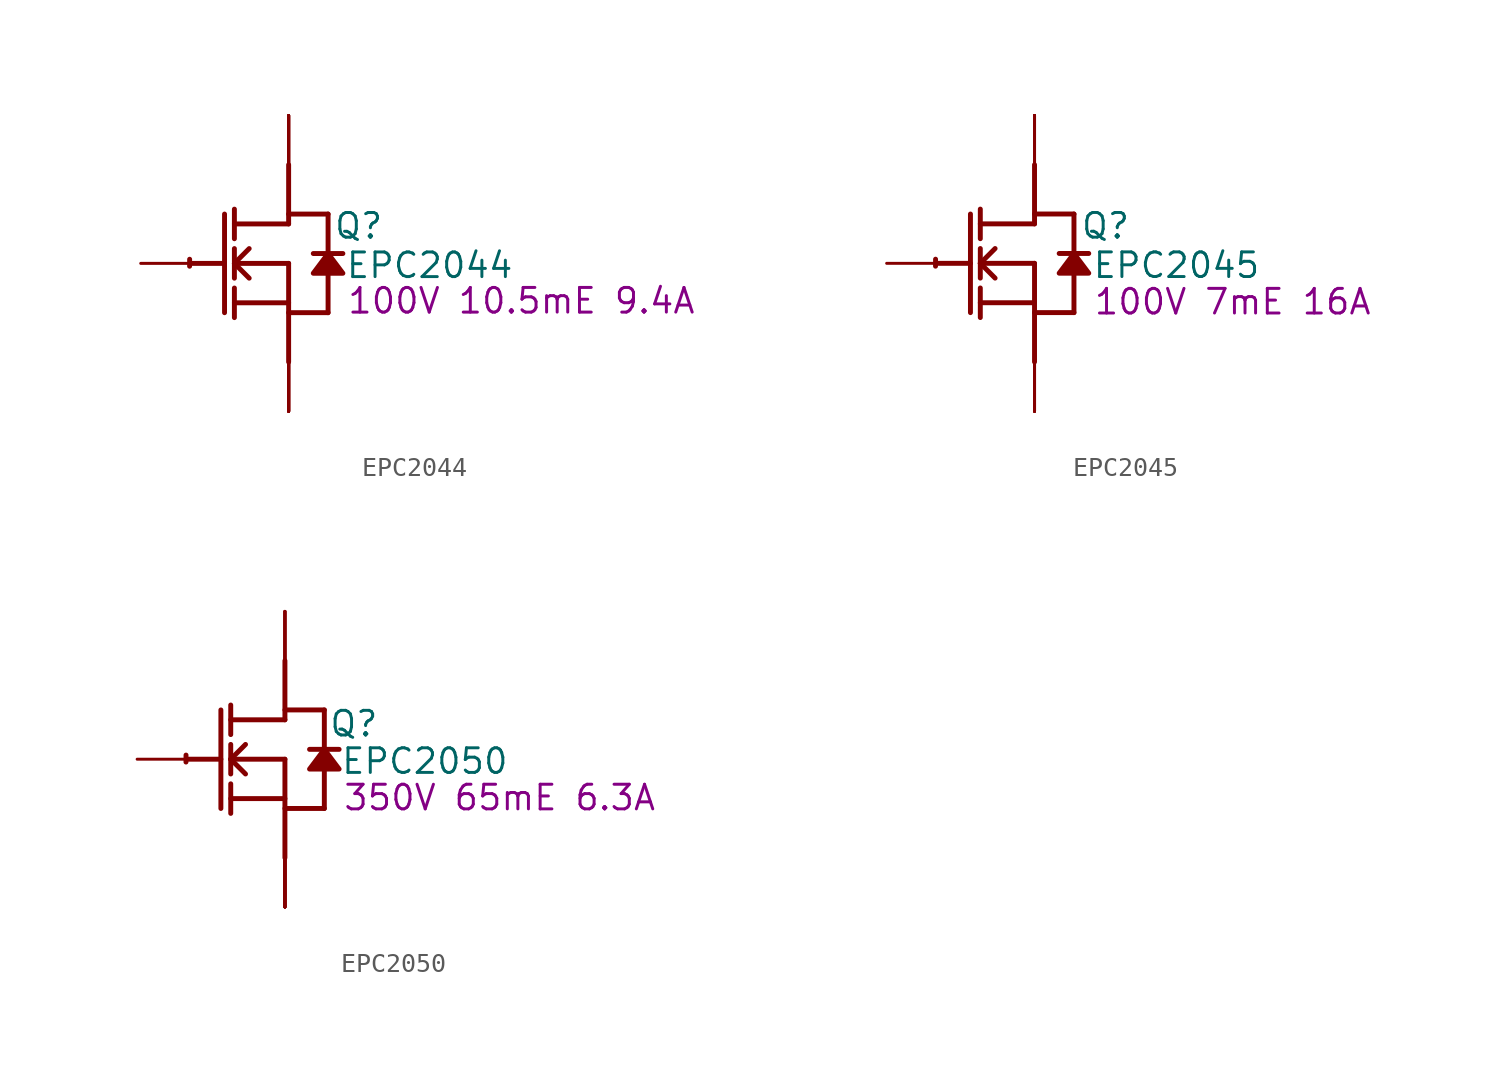
<source format=kicad_sym>
(kicad_symbol_lib
  (version 20241209)
  (generator "kicad_symbol_editor")
  (generator_version "9.0")
  (symbol "EPC2044"
    (property "Reference" "Q"
      (at 3.607 1.93 0)
      (effects (font (size 1.27 1.27))))
    (property "Value" "EPC2044"
      (at 7.264 -0.102 0)
      (effects (font (size 1.27 1.27))))
    (property "Description" "100V 10.5mE 9.4A"
      (at 11.989 -1.93 0)
      (effects (font (size 1.27 1.27))))
    (symbol "EPC2044_1_0"
      (polyline (pts (xy -5.08 0) (xy -3.302 0)) (stroke (width 0.254) (type solid)) (fill (type none)))
      (polyline (pts (xy -3.302 2.54) (xy -3.302 -2.54)) (stroke (width 0.254) (type solid)) (fill (type none)))
      (polyline (pts (xy -2.794 1.27) (xy -2.794 2.794)) (stroke (width 0.254) (type solid)) (fill (type none)))
      (polyline (pts (xy -2.794 0) (xy -2.032 0.762)) (stroke (width 0.254) (type solid)) (fill (type none)))
      (polyline (pts (xy -2.794 0) (xy 0 0)) (stroke (width 0.254) (type solid)) (fill (type none)))
      (polyline (pts (xy -2.794 -0.762) (xy -2.794 0.762)) (stroke (width 0.254) (type solid)) (fill (type none)))
      (polyline (pts (xy -2.794 -2.032) (xy 0 -2.032)) (stroke (width 0.254) (type solid)) (fill (type none)))
      (polyline (pts (xy -2.794 -2.794) (xy -2.794 -1.27)) (stroke (width 0.254) (type solid)) (fill (type none)))
      (polyline (pts (xy -2.032 -0.762) (xy -2.794 0)) (stroke (width 0.254) (type solid)) (fill (type none)))
      (polyline (pts (xy 0 2.54) (xy 2.032 2.54)) (stroke (width 0.254) (type solid)) (fill (type none)))
      (polyline (pts (xy 0 2.032) (xy -2.794 2.032)) (stroke (width 0.254) (type solid)) (fill (type none)))
      (polyline (pts (xy 0 2.032) (xy 0 5.08)) (stroke (width 0.254) (type solid)) (fill (type none)))
      (polyline (pts (xy 0 0) (xy 0 -5.08)) (stroke (width 0.254) (type solid)) (fill (type none)))
      (polyline (pts (xy 0 -2.54) (xy 2.032 -2.54)) (stroke (width 0.254) (type solid)) (fill (type none)))
      (arc (start -5.1019 -0.1467) (mid -5.1039 0.0331) (end -5.0996 0.2128) (stroke (width 0.254) (type solid)) (fill (type none)))
      (polyline (pts (xy 2.032 2.54) (xy 2.032 0.508)) (stroke (width 0.254) (type solid)) (fill (type none)))
      (polyline (pts (xy 2.032 0.508) (xy 1.27 -0.508) (xy 2.794 -0.508) (xy 2.032 0.508)) (stroke (width 0.254) (type solid)) (fill (type outline)))
      (polyline (pts (xy 2.032 -0.508) (xy 2.032 -2.54)) (stroke (width 0.254) (type solid)) (fill (type none)))
      (polyline (pts (xy 2.794 0.508) (xy 1.27 0.508)) (stroke (width 0.254) (type solid)) (fill (type none)))
      (pin passive line (at -7.62 0 0) (length 2.54) (name "G" (effects (font (size 0 0)))) (number "A1" (effects (font (size 0 0)))))
      (pin open_collector line (at 0 7.62 270) (length 2.54) (name "D1" (effects (font (size 0 0)))) (number "A2" (effects (font (size 0 0)))))
      (pin open_collector line (at 0 7.62 270) (length 2.54) (name "D4" (effects (font (size 0 0)))) (number "A4" (effects (font (size 0 0)))))
      (pin open_collector line (at 0 7.62 270) (length 2.54) (name "D2" (effects (font (size 0 0)))) (number "B2" (effects (font (size 0 0)))))
      (pin open_collector line (at 0 7.62 270) (length 2.54) (name "D5" (effects (font (size 0 0)))) (number "B4" (effects (font (size 0 0)))))
      (pin open_collector line (at 0 7.62 270) (length 2.54) (name "D3" (effects (font (size 0 0)))) (number "C2" (effects (font (size 0 0)))))
      (pin open_collector line (at 0 7.62 270) (length 2.54) (name "D6" (effects (font (size 0 0)))) (number "C4" (effects (font (size 0 0)))))
      (pin open_emitter line (at 0 -7.62 90) (length 2.54) (name "S3" (effects (font (size 0 0)))) (number "A3" (effects (font (size 0 0)))))
      (pin open_emitter line (at 0 -7.62 90) (length 2.54) (name "S6" (effects (font (size 0 0)))) (number "A5" (effects (font (size 0 0)))))
      (pin open_emitter line (at 0 -7.62 90) (length 2.54) (name "S1" (effects (font (size 0 0)))) (number "B1" (effects (font (size 0 0)))))
      (pin open_emitter line (at 0 -7.62 90) (length 2.54) (name "S4" (effects (font (size 0 0)))) (number "B3" (effects (font (size 0 0)))))
      (pin open_emitter line (at 0 -7.62 90) (length 2.54) (name "S7" (effects (font (size 0 0)))) (number "B5" (effects (font (size 0 0)))))
      (pin open_emitter line (at 0 -7.62 90) (length 2.54) (name "S2" (effects (font (size 0 0)))) (number "C1" (effects (font (size 0 0)))))
      (pin open_emitter line (at 0 -7.62 90) (length 2.54) (name "S5" (effects (font (size 0 0)))) (number "C3" (effects (font (size 0 0)))))
      (pin open_emitter line (at 0 -7.62 90) (length 2.54) (name "S8" (effects (font (size 0 0)))) (number "C5" (effects (font (size 0 0)))))))
  (symbol "EPC2045"
    (property "Reference" "Q"
      (at 3.658 1.93 0)
      (effects (font (size 1.27 1.27))))
    (property "Value" "EPC2045"
      (at 7.315 -0.102 0)
      (effects (font (size 1.27 1.27))))
    (property "Description" "100V 7mE 16A"
      (at 10.211 -1.981 0)
      (effects (font (size 1.27 1.27))))
    (symbol "EPC2045_1_0"
      (polyline (pts (xy -5.08 0) (xy -3.302 0)) (stroke (width 0.254) (type solid)) (fill (type none)))
      (polyline (pts (xy -3.302 2.54) (xy -3.302 -2.54)) (stroke (width 0.254) (type solid)) (fill (type none)))
      (polyline (pts (xy -2.794 1.27) (xy -2.794 2.794)) (stroke (width 0.254) (type solid)) (fill (type none)))
      (polyline (pts (xy -2.794 0) (xy -2.032 0.762)) (stroke (width 0.254) (type solid)) (fill (type none)))
      (polyline (pts (xy -2.794 0) (xy 0 0)) (stroke (width 0.254) (type solid)) (fill (type none)))
      (polyline (pts (xy -2.794 -0.762) (xy -2.794 0.762)) (stroke (width 0.254) (type solid)) (fill (type none)))
      (polyline (pts (xy -2.794 -2.032) (xy 0 -2.032)) (stroke (width 0.254) (type solid)) (fill (type none)))
      (polyline (pts (xy -2.794 -2.794) (xy -2.794 -1.27)) (stroke (width 0.254) (type solid)) (fill (type none)))
      (polyline (pts (xy -2.032 -0.762) (xy -2.794 0)) (stroke (width 0.254) (type solid)) (fill (type none)))
      (polyline (pts (xy 0 2.54) (xy 2.032 2.54)) (stroke (width 0.254) (type solid)) (fill (type none)))
      (polyline (pts (xy 0 2.032) (xy -2.794 2.032)) (stroke (width 0.254) (type solid)) (fill (type none)))
      (polyline (pts (xy 0 2.032) (xy 0 5.08)) (stroke (width 0.254) (type solid)) (fill (type none)))
      (polyline (pts (xy 0 0) (xy 0 -5.08)) (stroke (width 0.254) (type solid)) (fill (type none)))
      (polyline (pts (xy 0 -2.54) (xy 2.032 -2.54)) (stroke (width 0.254) (type solid)) (fill (type none)))
      (arc (start -5.1019 -0.1467) (mid -5.1039 0.0331) (end -5.0996 0.2128) (stroke (width 0.254) (type solid)) (fill (type none)))
      (polyline (pts (xy 2.032 2.54) (xy 2.032 0.508)) (stroke (width 0.254) (type solid)) (fill (type none)))
      (polyline (pts (xy 2.032 0.508) (xy 1.27 -0.508) (xy 2.794 -0.508) (xy 2.032 0.508)) (stroke (width 0.254) (type solid)) (fill (type outline)))
      (polyline (pts (xy 2.032 -0.508) (xy 2.032 -2.54)) (stroke (width 0.254) (type solid)) (fill (type none)))
      (polyline (pts (xy 2.794 0.508) (xy 1.27 0.508)) (stroke (width 0.254) (type solid)) (fill (type none)))
      (pin passive line (at -7.62 0 0) (length 2.54) (name "G" (effects (font (size 0 0)))) (number "1" (effects (font (size 0 0)))))
      (pin open_collector line (at 0 7.62 270) (length 2.54) (name "D4" (effects (font (size 0 0)))) (number "10" (effects (font (size 0 0)))))
      (pin open_collector line (at 0 7.62 270) (length 2.54) (name "D5" (effects (font (size 0 0)))) (number "11" (effects (font (size 0 0)))))
      (pin open_collector line (at 0 7.62 270) (length 2.54) (name "D6" (effects (font (size 0 0)))) (number "12" (effects (font (size 0 0)))))
      (pin open_collector line (at 0 7.62 270) (length 2.54) (name "D1" (effects (font (size 0 0)))) (number "4" (effects (font (size 0 0)))))
      (pin open_collector line (at 0 7.62 270) (length 2.54) (name "D2" (effects (font (size 0 0)))) (number "5" (effects (font (size 0 0)))))
      (pin open_collector line (at 0 7.62 270) (length 2.54) (name "D3" (effects (font (size 0 0)))) (number "6" (effects (font (size 0 0)))))
      (pin open_emitter line (at 0 -7.62 90) (length 2.54) (name "S5" (effects (font (size 0 0)))) (number "13" (effects (font (size 0 0)))))
      (pin open_emitter line (at 0 -7.62 90) (length 2.54) (name "S6" (effects (font (size 0 0)))) (number "14" (effects (font (size 0 0)))))
      (pin open_emitter line (at 0 -7.62 90) (length 2.54) (name "S7" (effects (font (size 0 0)))) (number "15" (effects (font (size 0 0)))))
      (pin open_emitter line (at 0 -7.62 90) (length 2.54) (name "S1" (effects (font (size 0 0)))) (number "2" (effects (font (size 0 0)))))
      (pin open_emitter line (at 0 -7.62 90) (length 2.54) (name "S2" (effects (font (size 0 0)))) (number "3" (effects (font (size 0 0)))))
      (pin open_emitter line (at 0 -7.62 90) (length 2.54) (name "S3" (effects (font (size 0 0)))) (number "7" (effects (font (size 0 0)))))
      (pin open_emitter line (at 0 -7.62 90) (length 2.54) (name "Sub" (effects (font (size 0 0)))) (number "8" (effects (font (size 0 0)))))
      (pin open_emitter line (at 0 -7.62 90) (length 2.54) (name "S4" (effects (font (size 0 0)))) (number "9" (effects (font (size 0 0)))))))
  (symbol "EPC2050"
    (property "Reference" "Q"
      (at 3.556 1.829 0)
      (effects (font (size 1.27 1.27))))
    (property "Value" "EPC2050"
      (at 7.214 -0.102 0)
      (effects (font (size 1.27 1.27))))
    (property "Description" "350V 65mE 6.3A"
      (at 11.074 -1.981 0)
      (effects (font (size 1.27 1.27))))
    (symbol "EPC2050_1_0"
      (polyline (pts (xy -5.08 0) (xy -3.302 0)) (stroke (width 0.254) (type solid)) (fill (type none)))
      (polyline (pts (xy -3.302 2.54) (xy -3.302 -2.54)) (stroke (width 0.254) (type solid)) (fill (type none)))
      (polyline (pts (xy -2.794 1.27) (xy -2.794 2.794)) (stroke (width 0.254) (type solid)) (fill (type none)))
      (polyline (pts (xy -2.794 0) (xy -2.032 0.762)) (stroke (width 0.254) (type solid)) (fill (type none)))
      (polyline (pts (xy -2.794 0) (xy 0 0)) (stroke (width 0.254) (type solid)) (fill (type none)))
      (polyline (pts (xy -2.794 -0.762) (xy -2.794 0.762)) (stroke (width 0.254) (type solid)) (fill (type none)))
      (polyline (pts (xy -2.794 -2.032) (xy 0 -2.032)) (stroke (width 0.254) (type solid)) (fill (type none)))
      (polyline (pts (xy -2.794 -2.794) (xy -2.794 -1.27)) (stroke (width 0.254) (type solid)) (fill (type none)))
      (polyline (pts (xy -2.032 -0.762) (xy -2.794 0)) (stroke (width 0.254) (type solid)) (fill (type none)))
      (polyline (pts (xy 0 2.54) (xy 2.032 2.54)) (stroke (width 0.254) (type solid)) (fill (type none)))
      (polyline (pts (xy 0 2.032) (xy -2.794 2.032)) (stroke (width 0.254) (type solid)) (fill (type none)))
      (polyline (pts (xy 0 2.032) (xy 0 5.08)) (stroke (width 0.254) (type solid)) (fill (type none)))
      (polyline (pts (xy 0 0) (xy 0 -5.08)) (stroke (width 0.254) (type solid)) (fill (type none)))
      (polyline (pts (xy 0 -2.54) (xy 2.032 -2.54)) (stroke (width 0.254) (type solid)) (fill (type none)))
      (arc (start -5.1019 -0.1467) (mid -5.1039 0.0331) (end -5.0996 0.2128) (stroke (width 0.254) (type solid)) (fill (type none)))
      (polyline (pts (xy 2.032 2.54) (xy 2.032 0.508)) (stroke (width 0.254) (type solid)) (fill (type none)))
      (polyline (pts (xy 2.032 0.508) (xy 1.27 -0.508) (xy 2.794 -0.508) (xy 2.032 0.508)) (stroke (width 0.254) (type solid)) (fill (type outline)))
      (polyline (pts (xy 2.032 -0.508) (xy 2.032 -2.54)) (stroke (width 0.254) (type solid)) (fill (type none)))
      (polyline (pts (xy 2.794 0.508) (xy 1.27 0.508)) (stroke (width 0.254) (type solid)) (fill (type none)))
      (pin passive line (at -7.62 0 0) (length 2.54) (name "G" (effects (font (size 0 0)))) (number "1" (effects (font (size 0 0)))))
      (pin open_collector line (at 0 7.62 270) (length 2.54) (name "D1" (effects (font (size 0 0)))) (number "5" (effects (font (size 0 0)))))
      (pin open_collector line (at 0 7.62 270) (length 2.54) (name "D2" (effects (font (size 0 0)))) (number "6" (effects (font (size 0 0)))))
      (pin open_collector line (at 0 7.62 270) (length 2.54) (name "D3" (effects (font (size 0 0)))) (number "7" (effects (font (size 0 0)))))
      (pin open_collector line (at 0 7.62 270) (length 2.54) (name "D4" (effects (font (size 0 0)))) (number "8" (effects (font (size 0 0)))))
      (pin open_emitter line (at 0 -7.62 90) (length 2.54) (name "S5" (effects (font (size 0 0)))) (number "10" (effects (font (size 0 0)))))
      (pin open_emitter line (at 0 -7.62 90) (length 2.54) (name "Sub" (effects (font (size 0 0)))) (number "11" (effects (font (size 0 0)))))
      (pin open_emitter line (at 0 -7.62 90) (length 2.54) (name "S6" (effects (font (size 0 0)))) (number "12" (effects (font (size 0 0)))))
      (pin open_emitter line (at 0 -7.62 90) (length 2.54) (name "S1" (effects (font (size 0 0)))) (number "2" (effects (font (size 0 0)))))
      (pin open_emitter line (at 0 -7.62 90) (length 2.54) (name "S2" (effects (font (size 0 0)))) (number "3" (effects (font (size 0 0)))))
      (pin open_emitter line (at 0 -7.62 90) (length 2.54) (name "S3" (effects (font (size 0 0)))) (number "4" (effects (font (size 0 0)))))
      (pin open_emitter line (at 0 -7.62 90) (length 2.54) (name "S4" (effects (font (size 0 0)))) (number "9" (effects (font (size 0 0))))))))
</source>
